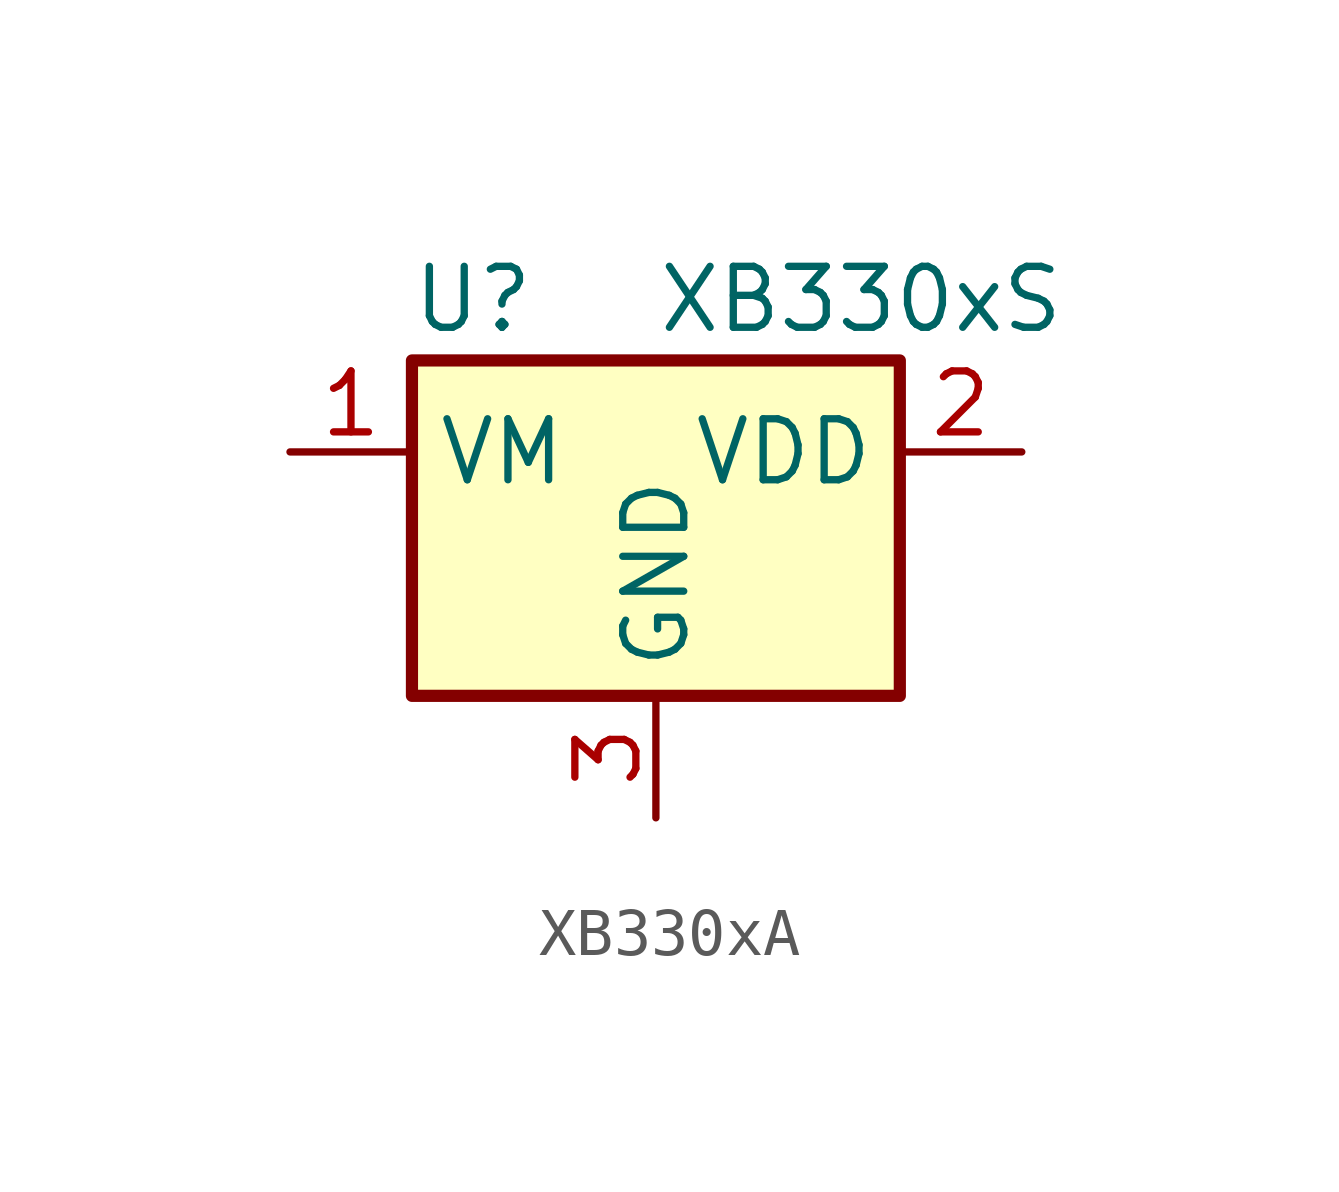
<source format=kicad_sym>
(kicad_symbol_lib
  (version 20220914)
  (generator kicad_symbol_editor)
  (symbol "XB330xA"
    (property "Reference" "U"
      (at -3.81 3.175 0)
      (effects (font (size 1.27 1.27))))
    (property "Value" "XB330xS"
      (at 0 3.175 0)
      (effects (font (size 1.27 1.27)) (justify left)))
    (symbol "XB330xA_0_1"
      (rectangle (start -5.08 1.905) (end 5.08 -5.08) (stroke (width 0.254) (type default)) (fill (type background))))
    (symbol "XB330xA_1_1"
      (pin power_in line (at -7.62 0 0) (length 2.54) (name "VM" (effects (font (size 1.27 1.27)))) (number "1" (effects (font (size 1.27 1.27)))))
      (pin power_out line (at 7.62 0 180) (length 2.54) (name "VDD" (effects (font (size 1.27 1.27)))) (number "2" (effects (font (size 1.27 1.27)))))
      (pin input line (at 0 -7.62 90) (length 2.54) (name "GND" (effects (font (size 1.27 1.27)))) (number "3" (effects (font (size 1.27 1.27))))))))
</source>
